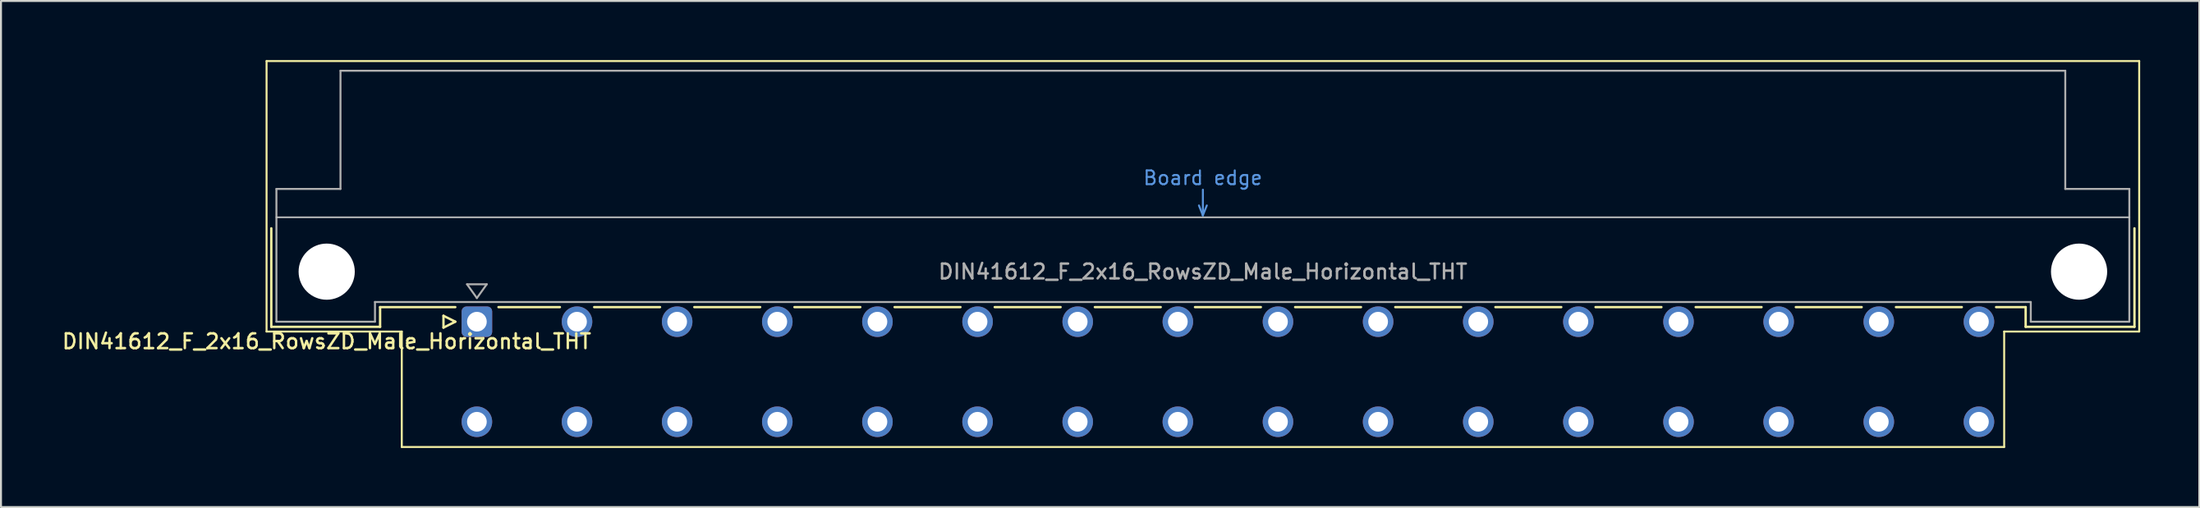
<source format=kicad_pcb>
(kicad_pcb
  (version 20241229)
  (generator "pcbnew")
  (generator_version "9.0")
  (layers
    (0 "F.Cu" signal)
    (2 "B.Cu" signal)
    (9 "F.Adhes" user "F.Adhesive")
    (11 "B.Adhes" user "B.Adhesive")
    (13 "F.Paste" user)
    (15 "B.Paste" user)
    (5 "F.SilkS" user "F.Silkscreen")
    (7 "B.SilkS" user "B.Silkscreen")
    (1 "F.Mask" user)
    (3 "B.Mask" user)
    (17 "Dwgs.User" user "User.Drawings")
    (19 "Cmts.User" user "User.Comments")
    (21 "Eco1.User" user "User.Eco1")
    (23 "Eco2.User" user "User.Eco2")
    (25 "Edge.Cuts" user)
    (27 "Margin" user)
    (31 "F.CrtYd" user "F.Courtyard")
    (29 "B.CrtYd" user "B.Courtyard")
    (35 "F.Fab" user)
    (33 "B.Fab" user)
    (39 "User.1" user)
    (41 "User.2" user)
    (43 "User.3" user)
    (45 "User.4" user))
  (footprint "DIN41612_F_2x16_RowsZD_Male_Horizontal_THT"
    (layer "F.Cu")
    (at 18.603 13.28)
    (property "Reference" "DIN41612_F_2x16_RowsZD_Male_Horizontal_THT" (at -5.08 1 0) (layer "F.SilkS") (effects (font (size 0.75 0.75) (thickness 0.125))))
    (attr through_hole)
    (fp_line (start -8.13 -13.23) (end -8.13 0.5) (stroke (width 0.1) (type solid)) (layer "F.SilkS"))
    (fp_line (start -8.13 0.5) (end -1.27 0.5) (stroke (width 0.1) (type solid)) (layer "F.SilkS"))
    (fp_line (start -7.89 -4.74) (end -7.89 0.26) (stroke (width 0.12) (type solid)) (layer "F.SilkS"))
    (fp_line (start -7.89 0.26) (end -2.37 0.26) (stroke (width 0.12) (type solid)) (layer "F.SilkS"))
    (fp_line (start -2.371 -0.74) (end 1.445 -0.74) (stroke (width 0.12) (type solid)) (layer "F.SilkS"))
    (fp_line (start -2.37 0.26) (end -2.37 -0.74) (stroke (width 0.12) (type solid)) (layer "F.SilkS"))
    (fp_line (start -1.27 0.5) (end -1.27 6.36) (stroke (width 0.1) (type solid)) (layer "F.SilkS"))
    (fp_line (start -1.27 6.36) (end 80.02 6.36) (stroke (width 0.1) (type solid)) (layer "F.SilkS"))
    (fp_line (start 0.845 -0.3) (end 0.845 0.3) (stroke (width 0.12) (type solid)) (layer "F.SilkS"))
    (fp_line (start 0.845 0.3) (end 1.445 0) (stroke (width 0.12) (type solid)) (layer "F.SilkS"))
    (fp_line (start 1.445 0) (end 0.845 -0.3) (stroke (width 0.12) (type solid)) (layer "F.SilkS"))
    (fp_line (start 3.635 -0.74) (end 6.751 -0.74) (stroke (width 0.12) (type solid)) (layer "F.SilkS"))
    (fp_line (start 8.49 -0.74) (end 11.831 -0.74) (stroke (width 0.12) (type solid)) (layer "F.SilkS"))
    (fp_line (start 13.57 -0.74) (end 16.911 -0.74) (stroke (width 0.12) (type solid)) (layer "F.SilkS"))
    (fp_line (start 18.65 -0.74) (end 21.991 -0.74) (stroke (width 0.12) (type solid)) (layer "F.SilkS"))
    (fp_line (start 23.73 -0.74) (end 27.071 -0.74) (stroke (width 0.12) (type solid)) (layer "F.SilkS"))
    (fp_line (start 28.81 -0.74) (end 32.151 -0.74) (stroke (width 0.12) (type solid)) (layer "F.SilkS"))
    (fp_line (start 33.89 -0.74) (end 37.231 -0.74) (stroke (width 0.12) (type solid)) (layer "F.SilkS"))
    (fp_line (start 38.97 -0.74) (end 42.311 -0.74) (stroke (width 0.12) (type solid)) (layer "F.SilkS"))
    (fp_line (start 44.05 -0.74) (end 47.391 -0.74) (stroke (width 0.12) (type solid)) (layer "F.SilkS"))
    (fp_line (start 49.13 -0.74) (end 52.471 -0.74) (stroke (width 0.12) (type solid)) (layer "F.SilkS"))
    (fp_line (start 54.21 -0.74) (end 57.551 -0.74) (stroke (width 0.12) (type solid)) (layer "F.SilkS"))
    (fp_line (start 59.29 -0.74) (end 62.631 -0.74) (stroke (width 0.12) (type solid)) (layer "F.SilkS"))
    (fp_line (start 64.37 -0.74) (end 67.711 -0.74) (stroke (width 0.12) (type solid)) (layer "F.SilkS"))
    (fp_line (start 69.45 -0.74) (end 72.791 -0.74) (stroke (width 0.12) (type solid)) (layer "F.SilkS"))
    (fp_line (start 74.53 -0.74) (end 77.871 -0.74) (stroke (width 0.12) (type solid)) (layer "F.SilkS"))
    (fp_line (start 79.61 -0.74) (end 81.11 -0.74) (stroke (width 0.12) (type solid)) (layer "F.SilkS"))
    (fp_line (start 80.02 0.5) (end 86.87 0.5) (stroke (width 0.1) (type solid)) (layer "F.SilkS"))
    (fp_line (start 80.02 6.36) (end 80.02 0.5) (stroke (width 0.1) (type solid)) (layer "F.SilkS"))
    (fp_line (start 81.11 0.26) (end 81.11 -0.74) (stroke (width 0.12) (type solid)) (layer "F.SilkS"))
    (fp_line (start 86.63 -4.74) (end 86.63 0.26) (stroke (width 0.12) (type solid)) (layer "F.SilkS"))
    (fp_line (start 86.63 0.26) (end 81.11 0.26) (stroke (width 0.12) (type solid)) (layer "F.SilkS"))
    (fp_line (start 86.87 -13.23) (end -8.13 -13.23) (stroke (width 0.1) (type solid)) (layer "F.SilkS"))
    (fp_line (start 86.87 0.5) (end 86.87 -13.23) (stroke (width 0.1) (type solid)) (layer "F.SilkS"))
    (fp_line (start -7.63 -5.3) (end 86.37 -5.3) (stroke (width 0.08) (type solid)) (layer "Dwgs.User"))
    (fp_line (start 39.17 -5.9) (end 39.37 -5.4) (stroke (width 0.1) (type solid)) (layer "Cmts.User"))
    (fp_line (start 39.37 -5.4) (end 39.37 -6.7) (stroke (width 0.1) (type solid)) (layer "Cmts.User"))
    (fp_line (start 39.37 -5.4) (end 39.57 -5.9) (stroke (width 0.1) (type solid)) (layer "Cmts.User"))
    (fp_line (start -7.63 -6.74) (end -7.63 0) (stroke (width 0.1) (type solid)) (layer "F.Fab"))
    (fp_line (start -7.63 0) (end -2.63 0) (stroke (width 0.1) (type solid)) (layer "F.Fab"))
    (fp_line (start -4.38 -12.74) (end -4.38 -6.74) (stroke (width 0.1) (type solid)) (layer "F.Fab"))
    (fp_line (start -4.38 -6.74) (end -7.63 -6.74) (stroke (width 0.1) (type solid)) (layer "F.Fab"))
    (fp_line (start -2.63 -1) (end 81.37 -1) (stroke (width 0.1) (type solid)) (layer "F.Fab"))
    (fp_line (start -2.63 0) (end -2.63 -1) (stroke (width 0.1) (type solid)) (layer "F.Fab"))
    (fp_line (start 2.04 -1.9) (end 3.04 -1.9) (stroke (width 0.1) (type solid)) (layer "F.Fab"))
    (fp_line (start 2.54 -1.2) (end 2.04 -1.9) (stroke (width 0.1) (type solid)) (layer "F.Fab"))
    (fp_line (start 3.04 -1.9) (end 2.54 -1.2) (stroke (width 0.1) (type solid)) (layer "F.Fab"))
    (fp_line (start 81.37 -1) (end 81.37 0) (stroke (width 0.1) (type solid)) (layer "F.Fab"))
    (fp_line (start 81.37 0) (end 86.37 0) (stroke (width 0.1) (type solid)) (layer "F.Fab"))
    (fp_line (start 83.12 -12.74) (end -4.38 -12.74) (stroke (width 0.1) (type solid)) (layer "F.Fab"))
    (fp_line (start 83.12 -6.74) (end 83.12 -12.74) (stroke (width 0.1) (type solid)) (layer "F.Fab"))
    (fp_line (start 86.37 -6.74) (end 83.12 -6.74) (stroke (width 0.1) (type solid)) (layer "F.Fab"))
    (fp_line (start 86.37 0) (end 86.37 -6.74) (stroke (width 0.1) (type solid)) (layer "F.Fab"))
    (fp_text user "Board edge" (at 39.37 -7.3 0) (layer "Cmts.User") (effects (font (size 0.7 0.7) (thickness 0.1))))
    (fp_text user "${REFERENCE}" (at 39.37 -2.54 0) (layer "F.Fab") (effects (font (size 0.75 0.75) (thickness 0.125))))
    (pad "" np_thru_hole circle (at -5.08 -2.54) (size 2.85 2.85) (drill 2.85) (layers "*.Cu" "*.Mask"))
    (pad "" np_thru_hole circle (at 83.82 -2.54) (size 2.85 2.85) (drill 2.85) (layers "*.Cu" "*.Mask"))
    (pad "d2" thru_hole circle (at 2.54 5.08) (size 1.55 1.55) (drill 1) (layers "*.Cu" "*.Mask"))
    (pad "d4" thru_hole circle (at 7.62 5.08) (size 1.55 1.55) (drill 1) (layers "*.Cu" "*.Mask"))
    (pad "d6" thru_hole circle (at 12.7 5.08) (size 1.55 1.55) (drill 1) (layers "*.Cu" "*.Mask"))
    (pad "d8" thru_hole circle (at 17.78 5.08) (size 1.55 1.55) (drill 1) (layers "*.Cu" "*.Mask"))
    (pad "d10" thru_hole circle (at 22.86 5.08) (size 1.55 1.55) (drill 1) (layers "*.Cu" "*.Mask"))
    (pad "d12" thru_hole circle (at 27.94 5.08) (size 1.55 1.55) (drill 1) (layers "*.Cu" "*.Mask"))
    (pad "d14" thru_hole circle (at 33.02 5.08) (size 1.55 1.55) (drill 1) (layers "*.Cu" "*.Mask"))
    (pad "d16" thru_hole circle (at 38.1 5.08) (size 1.55 1.55) (drill 1) (layers "*.Cu" "*.Mask"))
    (pad "d18" thru_hole circle (at 43.18 5.08) (size 1.55 1.55) (drill 1) (layers "*.Cu" "*.Mask"))
    (pad "d20" thru_hole circle (at 48.26 5.08) (size 1.55 1.55) (drill 1) (layers "*.Cu" "*.Mask"))
    (pad "d22" thru_hole circle (at 53.34 5.08) (size 1.55 1.55) (drill 1) (layers "*.Cu" "*.Mask"))
    (pad "d24" thru_hole circle (at 58.42 5.08) (size 1.55 1.55) (drill 1) (layers "*.Cu" "*.Mask"))
    (pad "d26" thru_hole circle (at 63.5 5.08) (size 1.55 1.55) (drill 1) (layers "*.Cu" "*.Mask"))
    (pad "d28" thru_hole circle (at 68.58 5.08) (size 1.55 1.55) (drill 1) (layers "*.Cu" "*.Mask"))
    (pad "d30" thru_hole circle (at 73.66 5.08) (size 1.55 1.55) (drill 1) (layers "*.Cu" "*.Mask"))
    (pad "d32" thru_hole circle (at 78.74 5.08) (size 1.55 1.55) (drill 1) (layers "*.Cu" "*.Mask"))
    (pad "z2" thru_hole roundrect (at 2.54 0) (size 1.55 1.55) (drill 1) (layers "*.Cu" "*.Mask") (roundrect_rratio 0.161))
    (pad "z4" thru_hole circle (at 7.62 0) (size 1.55 1.55) (drill 1) (layers "*.Cu" "*.Mask"))
    (pad "z6" thru_hole circle (at 12.7 0) (size 1.55 1.55) (drill 1) (layers "*.Cu" "*.Mask"))
    (pad "z8" thru_hole circle (at 17.78 0) (size 1.55 1.55) (drill 1) (layers "*.Cu" "*.Mask"))
    (pad "z10" thru_hole circle (at 22.86 0) (size 1.55 1.55) (drill 1) (layers "*.Cu" "*.Mask"))
    (pad "z12" thru_hole circle (at 27.94 0) (size 1.55 1.55) (drill 1) (layers "*.Cu" "*.Mask"))
    (pad "z14" thru_hole circle (at 33.02 0) (size 1.55 1.55) (drill 1) (layers "*.Cu" "*.Mask"))
    (pad "z16" thru_hole circle (at 38.1 0) (size 1.55 1.55) (drill 1) (layers "*.Cu" "*.Mask"))
    (pad "z18" thru_hole circle (at 43.18 0) (size 1.55 1.55) (drill 1) (layers "*.Cu" "*.Mask"))
    (pad "z20" thru_hole circle (at 48.26 0) (size 1.55 1.55) (drill 1) (layers "*.Cu" "*.Mask"))
    (pad "z22" thru_hole circle (at 53.34 0) (size 1.55 1.55) (drill 1) (layers "*.Cu" "*.Mask"))
    (pad "z24" thru_hole circle (at 58.42 0) (size 1.55 1.55) (drill 1) (layers "*.Cu" "*.Mask"))
    (pad "z26" thru_hole circle (at 63.5 0) (size 1.55 1.55) (drill 1) (layers "*.Cu" "*.Mask"))
    (pad "z28" thru_hole circle (at 68.58 0) (size 1.55 1.55) (drill 1) (layers "*.Cu" "*.Mask"))
    (pad "z30" thru_hole circle (at 73.66 0) (size 1.55 1.55) (drill 1) (layers "*.Cu" "*.Mask"))
    (pad "z32" thru_hole circle (at 78.74 0) (size 1.55 1.55) (drill 1) (layers "*.Cu" "*.Mask")))
  (gr_rect
    (start -3 -3)
    (end 108.523 22.69)
    (stroke (width 0.1) (type default))
    (fill no)
    (layer "Edge.Cuts")))
</source>
